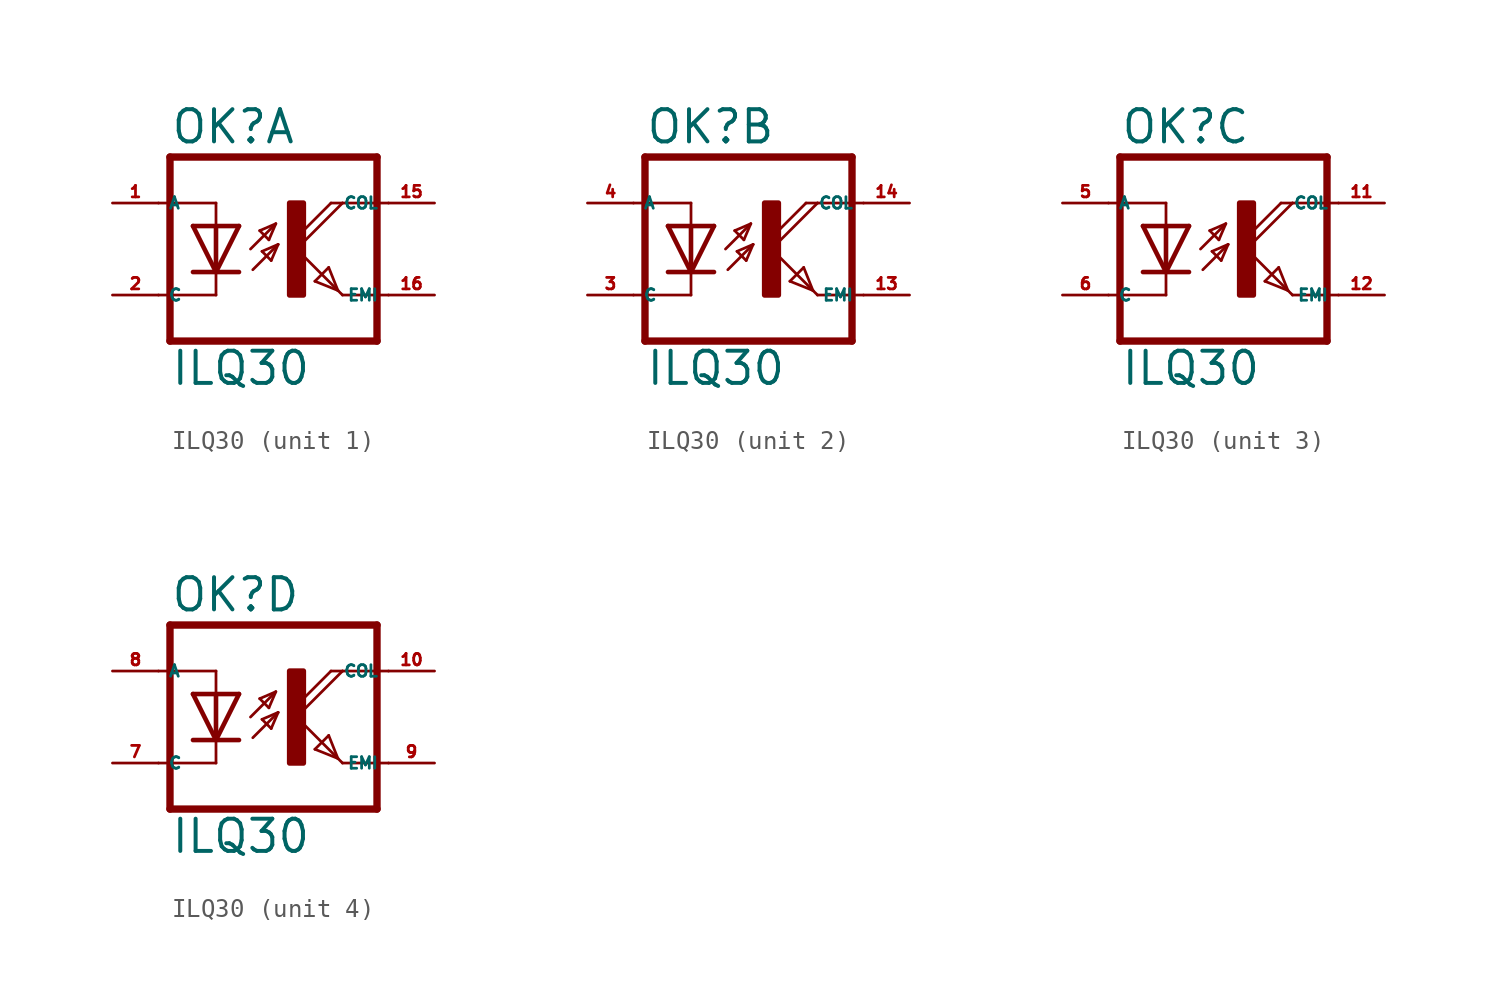
<source format=kicad_sym>
(kicad_symbol_lib
  (version 20220914)
  (generator kicad_symbol_editor)
  (symbol "ILQ30"
    (property "Reference" "OK"
      (at -6.985 5.715 0)
      (effects (font (size 1.778 1.778) (thickness 0.22)) (justify left bottom)))
    (property "Value" "ILQ30"
      (at -6.985 -7.62 0)
      (effects (font (size 1.778 1.778) (thickness 0.22)) (justify left bottom)))
    (symbol "ILQ30_1_0"
      (rectangle (start -0.381 -2.54) (end 0.381 2.54) (stroke (width 0.3) (type default)) (fill (type outline)))
      (polyline (pts (xy -6.985 -5.08) (xy 4.445 -5.08)) (stroke (width 0.406) (type default)) (fill (type none)))
      (polyline (pts (xy -6.985 5.08) (xy -6.985 -5.08)) (stroke (width 0.406) (type default)) (fill (type none)))
      (polyline (pts (xy -6.985 5.08) (xy 4.445 5.08)) (stroke (width 0.406) (type default)) (fill (type none)))
      (polyline (pts (xy -4.445 -2.54) (xy -7.62 -2.54)) (stroke (width 0.152) (type default)) (fill (type none)))
      (polyline (pts (xy -4.445 -1.27) (xy -5.715 -1.27)) (stroke (width 0.254) (type default)) (fill (type none)))
      (polyline (pts (xy -4.445 -1.27) (xy -5.715 1.27)) (stroke (width 0.254) (type default)) (fill (type none)))
      (polyline (pts (xy -4.445 -1.27) (xy -4.445 -2.54)) (stroke (width 0.152) (type default)) (fill (type none)))
      (polyline (pts (xy -4.445 1.27) (xy -5.715 1.27)) (stroke (width 0.254) (type default)) (fill (type none)))
      (polyline (pts (xy -4.445 1.27) (xy -4.445 -1.27)) (stroke (width 0.254) (type default)) (fill (type none)))
      (polyline (pts (xy -4.445 1.27) (xy -4.445 2.54)) (stroke (width 0.152) (type default)) (fill (type none)))
      (polyline (pts (xy -4.445 2.54) (xy -7.62 2.54)) (stroke (width 0.152) (type default)) (fill (type none)))
      (polyline (pts (xy -3.175 -1.27) (xy -4.445 -1.27)) (stroke (width 0.254) (type default)) (fill (type none)))
      (polyline (pts (xy -3.175 1.27) (xy -4.445 -1.27)) (stroke (width 0.254) (type default)) (fill (type none)))
      (polyline (pts (xy -3.175 1.27) (xy -4.445 1.27)) (stroke (width 0.254) (type default)) (fill (type none)))
      (polyline (pts (xy -2.54 0) (xy -1.143 1.397)) (stroke (width 0.152) (type default)) (fill (type none)))
      (polyline (pts (xy -2.413 -1.143) (xy -1.016 0.254)) (stroke (width 0.152) (type default)) (fill (type none)))
      (polyline (pts (xy -2.032 1.016) (xy -1.524 0.508)) (stroke (width 0.152) (type default)) (fill (type none)))
      (polyline (pts (xy -1.905 -0.127) (xy -1.397 -0.635)) (stroke (width 0.152) (type default)) (fill (type none)))
      (polyline (pts (xy -1.524 0.508) (xy -1.143 1.397)) (stroke (width 0.152) (type default)) (fill (type none)))
      (polyline (pts (xy -1.397 -0.635) (xy -1.016 0.254)) (stroke (width 0.152) (type default)) (fill (type none)))
      (polyline (pts (xy -1.143 1.397) (xy -2.032 1.016)) (stroke (width 0.152) (type default)) (fill (type none)))
      (polyline (pts (xy -1.016 0.254) (xy -1.905 -0.127)) (stroke (width 0.152) (type default)) (fill (type none)))
      (polyline (pts (xy 0 0) (xy 2.286 -2.286)) (stroke (width 0.152) (type default)) (fill (type none)))
      (polyline (pts (xy 1.016 -1.778) (xy 1.778 -1.016)) (stroke (width 0.152) (type default)) (fill (type none)))
      (polyline (pts (xy 1.778 -1.016) (xy 2.286 -2.286)) (stroke (width 0.152) (type default)) (fill (type none)))
      (polyline (pts (xy 1.905 2.54) (xy 0 0.635)) (stroke (width 0.152) (type default)) (fill (type none)))
      (polyline (pts (xy 1.905 2.54) (xy 2.54 2.54)) (stroke (width 0.152) (type default)) (fill (type none)))
      (polyline (pts (xy 2.286 -2.286) (xy 1.016 -1.778)) (stroke (width 0.152) (type default)) (fill (type none)))
      (polyline (pts (xy 2.286 -2.286) (xy 2.54 -2.54)) (stroke (width 0.152) (type default)) (fill (type none)))
      (polyline (pts (xy 2.54 -2.54) (xy 5.08 -2.54)) (stroke (width 0.152) (type default)) (fill (type none)))
      (polyline (pts (xy 2.54 2.54) (xy 0 0)) (stroke (width 0.152) (type default)) (fill (type none)))
      (polyline (pts (xy 2.54 2.54) (xy 5.08 2.54)) (stroke (width 0.152) (type default)) (fill (type none)))
      (polyline (pts (xy 4.445 5.08) (xy 4.445 -5.08)) (stroke (width 0.406) (type default)) (fill (type none)))
      (pin passive line (at -10.16 2.54 0) (length 2.54) (name "A" (effects (font (size 0.635 0.635)))) (number "1" (effects (font (size 0.635 0.635)))))
      (pin passive line (at 7.62 2.54 180) (length 2.54) (name "COL" (effects (font (size 0.635 0.635)))) (number "15" (effects (font (size 0.635 0.635)))))
      (pin passive line (at 7.62 -2.54 180) (length 2.54) (name "EMI" (effects (font (size 0.635 0.635)))) (number "16" (effects (font (size 0.635 0.635)))))
      (pin passive line (at -10.16 -2.54 0) (length 2.54) (name "C" (effects (font (size 0.635 0.635)))) (number "2" (effects (font (size 0.635 0.635))))))
    (symbol "ILQ30_2_0"
      (rectangle (start -0.381 -2.54) (end 0.381 2.54) (stroke (width 0.3) (type default)) (fill (type outline)))
      (polyline (pts (xy -6.985 -5.08) (xy 4.445 -5.08)) (stroke (width 0.406) (type default)) (fill (type none)))
      (polyline (pts (xy -6.985 5.08) (xy -6.985 -5.08)) (stroke (width 0.406) (type default)) (fill (type none)))
      (polyline (pts (xy -6.985 5.08) (xy 4.445 5.08)) (stroke (width 0.406) (type default)) (fill (type none)))
      (polyline (pts (xy -4.445 -2.54) (xy -7.62 -2.54)) (stroke (width 0.152) (type default)) (fill (type none)))
      (polyline (pts (xy -4.445 -1.27) (xy -5.715 -1.27)) (stroke (width 0.254) (type default)) (fill (type none)))
      (polyline (pts (xy -4.445 -1.27) (xy -5.715 1.27)) (stroke (width 0.254) (type default)) (fill (type none)))
      (polyline (pts (xy -4.445 -1.27) (xy -4.445 -2.54)) (stroke (width 0.152) (type default)) (fill (type none)))
      (polyline (pts (xy -4.445 1.27) (xy -5.715 1.27)) (stroke (width 0.254) (type default)) (fill (type none)))
      (polyline (pts (xy -4.445 1.27) (xy -4.445 -1.27)) (stroke (width 0.254) (type default)) (fill (type none)))
      (polyline (pts (xy -4.445 1.27) (xy -4.445 2.54)) (stroke (width 0.152) (type default)) (fill (type none)))
      (polyline (pts (xy -4.445 2.54) (xy -7.62 2.54)) (stroke (width 0.152) (type default)) (fill (type none)))
      (polyline (pts (xy -3.175 -1.27) (xy -4.445 -1.27)) (stroke (width 0.254) (type default)) (fill (type none)))
      (polyline (pts (xy -3.175 1.27) (xy -4.445 -1.27)) (stroke (width 0.254) (type default)) (fill (type none)))
      (polyline (pts (xy -3.175 1.27) (xy -4.445 1.27)) (stroke (width 0.254) (type default)) (fill (type none)))
      (polyline (pts (xy -2.54 0) (xy -1.143 1.397)) (stroke (width 0.152) (type default)) (fill (type none)))
      (polyline (pts (xy -2.413 -1.143) (xy -1.016 0.254)) (stroke (width 0.152) (type default)) (fill (type none)))
      (polyline (pts (xy -2.032 1.016) (xy -1.524 0.508)) (stroke (width 0.152) (type default)) (fill (type none)))
      (polyline (pts (xy -1.905 -0.127) (xy -1.397 -0.635)) (stroke (width 0.152) (type default)) (fill (type none)))
      (polyline (pts (xy -1.524 0.508) (xy -1.143 1.397)) (stroke (width 0.152) (type default)) (fill (type none)))
      (polyline (pts (xy -1.397 -0.635) (xy -1.016 0.254)) (stroke (width 0.152) (type default)) (fill (type none)))
      (polyline (pts (xy -1.143 1.397) (xy -2.032 1.016)) (stroke (width 0.152) (type default)) (fill (type none)))
      (polyline (pts (xy -1.016 0.254) (xy -1.905 -0.127)) (stroke (width 0.152) (type default)) (fill (type none)))
      (polyline (pts (xy 0 0) (xy 2.286 -2.286)) (stroke (width 0.152) (type default)) (fill (type none)))
      (polyline (pts (xy 1.016 -1.778) (xy 1.778 -1.016)) (stroke (width 0.152) (type default)) (fill (type none)))
      (polyline (pts (xy 1.778 -1.016) (xy 2.286 -2.286)) (stroke (width 0.152) (type default)) (fill (type none)))
      (polyline (pts (xy 1.905 2.54) (xy 0 0.635)) (stroke (width 0.152) (type default)) (fill (type none)))
      (polyline (pts (xy 1.905 2.54) (xy 2.54 2.54)) (stroke (width 0.152) (type default)) (fill (type none)))
      (polyline (pts (xy 2.286 -2.286) (xy 1.016 -1.778)) (stroke (width 0.152) (type default)) (fill (type none)))
      (polyline (pts (xy 2.286 -2.286) (xy 2.54 -2.54)) (stroke (width 0.152) (type default)) (fill (type none)))
      (polyline (pts (xy 2.54 -2.54) (xy 5.08 -2.54)) (stroke (width 0.152) (type default)) (fill (type none)))
      (polyline (pts (xy 2.54 2.54) (xy 0 0)) (stroke (width 0.152) (type default)) (fill (type none)))
      (polyline (pts (xy 2.54 2.54) (xy 5.08 2.54)) (stroke (width 0.152) (type default)) (fill (type none)))
      (polyline (pts (xy 4.445 5.08) (xy 4.445 -5.08)) (stroke (width 0.406) (type default)) (fill (type none)))
      (pin passive line (at 7.62 -2.54 180) (length 2.54) (name "EMI" (effects (font (size 0.635 0.635)))) (number "13" (effects (font (size 0.635 0.635)))))
      (pin passive line (at 7.62 2.54 180) (length 2.54) (name "COL" (effects (font (size 0.635 0.635)))) (number "14" (effects (font (size 0.635 0.635)))))
      (pin passive line (at -10.16 -2.54 0) (length 2.54) (name "C" (effects (font (size 0.635 0.635)))) (number "3" (effects (font (size 0.635 0.635)))))
      (pin passive line (at -10.16 2.54 0) (length 2.54) (name "A" (effects (font (size 0.635 0.635)))) (number "4" (effects (font (size 0.635 0.635))))))
    (symbol "ILQ30_3_0"
      (rectangle (start -0.381 -2.54) (end 0.381 2.54) (stroke (width 0.3) (type default)) (fill (type outline)))
      (polyline (pts (xy -6.985 -5.08) (xy 4.445 -5.08)) (stroke (width 0.406) (type default)) (fill (type none)))
      (polyline (pts (xy -6.985 5.08) (xy -6.985 -5.08)) (stroke (width 0.406) (type default)) (fill (type none)))
      (polyline (pts (xy -6.985 5.08) (xy 4.445 5.08)) (stroke (width 0.406) (type default)) (fill (type none)))
      (polyline (pts (xy -4.445 -2.54) (xy -7.62 -2.54)) (stroke (width 0.152) (type default)) (fill (type none)))
      (polyline (pts (xy -4.445 -1.27) (xy -5.715 -1.27)) (stroke (width 0.254) (type default)) (fill (type none)))
      (polyline (pts (xy -4.445 -1.27) (xy -5.715 1.27)) (stroke (width 0.254) (type default)) (fill (type none)))
      (polyline (pts (xy -4.445 -1.27) (xy -4.445 -2.54)) (stroke (width 0.152) (type default)) (fill (type none)))
      (polyline (pts (xy -4.445 1.27) (xy -5.715 1.27)) (stroke (width 0.254) (type default)) (fill (type none)))
      (polyline (pts (xy -4.445 1.27) (xy -4.445 -1.27)) (stroke (width 0.254) (type default)) (fill (type none)))
      (polyline (pts (xy -4.445 1.27) (xy -4.445 2.54)) (stroke (width 0.152) (type default)) (fill (type none)))
      (polyline (pts (xy -4.445 2.54) (xy -7.62 2.54)) (stroke (width 0.152) (type default)) (fill (type none)))
      (polyline (pts (xy -3.175 -1.27) (xy -4.445 -1.27)) (stroke (width 0.254) (type default)) (fill (type none)))
      (polyline (pts (xy -3.175 1.27) (xy -4.445 -1.27)) (stroke (width 0.254) (type default)) (fill (type none)))
      (polyline (pts (xy -3.175 1.27) (xy -4.445 1.27)) (stroke (width 0.254) (type default)) (fill (type none)))
      (polyline (pts (xy -2.54 0) (xy -1.143 1.397)) (stroke (width 0.152) (type default)) (fill (type none)))
      (polyline (pts (xy -2.413 -1.143) (xy -1.016 0.254)) (stroke (width 0.152) (type default)) (fill (type none)))
      (polyline (pts (xy -2.032 1.016) (xy -1.524 0.508)) (stroke (width 0.152) (type default)) (fill (type none)))
      (polyline (pts (xy -1.905 -0.127) (xy -1.397 -0.635)) (stroke (width 0.152) (type default)) (fill (type none)))
      (polyline (pts (xy -1.524 0.508) (xy -1.143 1.397)) (stroke (width 0.152) (type default)) (fill (type none)))
      (polyline (pts (xy -1.397 -0.635) (xy -1.016 0.254)) (stroke (width 0.152) (type default)) (fill (type none)))
      (polyline (pts (xy -1.143 1.397) (xy -2.032 1.016)) (stroke (width 0.152) (type default)) (fill (type none)))
      (polyline (pts (xy -1.016 0.254) (xy -1.905 -0.127)) (stroke (width 0.152) (type default)) (fill (type none)))
      (polyline (pts (xy 0 0) (xy 2.286 -2.286)) (stroke (width 0.152) (type default)) (fill (type none)))
      (polyline (pts (xy 1.016 -1.778) (xy 1.778 -1.016)) (stroke (width 0.152) (type default)) (fill (type none)))
      (polyline (pts (xy 1.778 -1.016) (xy 2.286 -2.286)) (stroke (width 0.152) (type default)) (fill (type none)))
      (polyline (pts (xy 1.905 2.54) (xy 0 0.635)) (stroke (width 0.152) (type default)) (fill (type none)))
      (polyline (pts (xy 1.905 2.54) (xy 2.54 2.54)) (stroke (width 0.152) (type default)) (fill (type none)))
      (polyline (pts (xy 2.286 -2.286) (xy 1.016 -1.778)) (stroke (width 0.152) (type default)) (fill (type none)))
      (polyline (pts (xy 2.286 -2.286) (xy 2.54 -2.54)) (stroke (width 0.152) (type default)) (fill (type none)))
      (polyline (pts (xy 2.54 -2.54) (xy 5.08 -2.54)) (stroke (width 0.152) (type default)) (fill (type none)))
      (polyline (pts (xy 2.54 2.54) (xy 0 0)) (stroke (width 0.152) (type default)) (fill (type none)))
      (polyline (pts (xy 2.54 2.54) (xy 5.08 2.54)) (stroke (width 0.152) (type default)) (fill (type none)))
      (polyline (pts (xy 4.445 5.08) (xy 4.445 -5.08)) (stroke (width 0.406) (type default)) (fill (type none)))
      (pin passive line (at 7.62 2.54 180) (length 2.54) (name "COL" (effects (font (size 0.635 0.635)))) (number "11" (effects (font (size 0.635 0.635)))))
      (pin passive line (at 7.62 -2.54 180) (length 2.54) (name "EMI" (effects (font (size 0.635 0.635)))) (number "12" (effects (font (size 0.635 0.635)))))
      (pin passive line (at -10.16 2.54 0) (length 2.54) (name "A" (effects (font (size 0.635 0.635)))) (number "5" (effects (font (size 0.635 0.635)))))
      (pin passive line (at -10.16 -2.54 0) (length 2.54) (name "C" (effects (font (size 0.635 0.635)))) (number "6" (effects (font (size 0.635 0.635))))))
    (symbol "ILQ30_4_0"
      (rectangle (start -0.381 -2.54) (end 0.381 2.54) (stroke (width 0.3) (type default)) (fill (type outline)))
      (polyline (pts (xy -6.985 -5.08) (xy 4.445 -5.08)) (stroke (width 0.406) (type default)) (fill (type none)))
      (polyline (pts (xy -6.985 5.08) (xy -6.985 -5.08)) (stroke (width 0.406) (type default)) (fill (type none)))
      (polyline (pts (xy -6.985 5.08) (xy 4.445 5.08)) (stroke (width 0.406) (type default)) (fill (type none)))
      (polyline (pts (xy -4.445 -2.54) (xy -7.62 -2.54)) (stroke (width 0.152) (type default)) (fill (type none)))
      (polyline (pts (xy -4.445 -1.27) (xy -5.715 -1.27)) (stroke (width 0.254) (type default)) (fill (type none)))
      (polyline (pts (xy -4.445 -1.27) (xy -5.715 1.27)) (stroke (width 0.254) (type default)) (fill (type none)))
      (polyline (pts (xy -4.445 -1.27) (xy -4.445 -2.54)) (stroke (width 0.152) (type default)) (fill (type none)))
      (polyline (pts (xy -4.445 1.27) (xy -5.715 1.27)) (stroke (width 0.254) (type default)) (fill (type none)))
      (polyline (pts (xy -4.445 1.27) (xy -4.445 -1.27)) (stroke (width 0.254) (type default)) (fill (type none)))
      (polyline (pts (xy -4.445 1.27) (xy -4.445 2.54)) (stroke (width 0.152) (type default)) (fill (type none)))
      (polyline (pts (xy -4.445 2.54) (xy -7.62 2.54)) (stroke (width 0.152) (type default)) (fill (type none)))
      (polyline (pts (xy -3.175 -1.27) (xy -4.445 -1.27)) (stroke (width 0.254) (type default)) (fill (type none)))
      (polyline (pts (xy -3.175 1.27) (xy -4.445 -1.27)) (stroke (width 0.254) (type default)) (fill (type none)))
      (polyline (pts (xy -3.175 1.27) (xy -4.445 1.27)) (stroke (width 0.254) (type default)) (fill (type none)))
      (polyline (pts (xy -2.54 0) (xy -1.143 1.397)) (stroke (width 0.152) (type default)) (fill (type none)))
      (polyline (pts (xy -2.413 -1.143) (xy -1.016 0.254)) (stroke (width 0.152) (type default)) (fill (type none)))
      (polyline (pts (xy -2.032 1.016) (xy -1.524 0.508)) (stroke (width 0.152) (type default)) (fill (type none)))
      (polyline (pts (xy -1.905 -0.127) (xy -1.397 -0.635)) (stroke (width 0.152) (type default)) (fill (type none)))
      (polyline (pts (xy -1.524 0.508) (xy -1.143 1.397)) (stroke (width 0.152) (type default)) (fill (type none)))
      (polyline (pts (xy -1.397 -0.635) (xy -1.016 0.254)) (stroke (width 0.152) (type default)) (fill (type none)))
      (polyline (pts (xy -1.143 1.397) (xy -2.032 1.016)) (stroke (width 0.152) (type default)) (fill (type none)))
      (polyline (pts (xy -1.016 0.254) (xy -1.905 -0.127)) (stroke (width 0.152) (type default)) (fill (type none)))
      (polyline (pts (xy 0 0) (xy 2.286 -2.286)) (stroke (width 0.152) (type default)) (fill (type none)))
      (polyline (pts (xy 1.016 -1.778) (xy 1.778 -1.016)) (stroke (width 0.152) (type default)) (fill (type none)))
      (polyline (pts (xy 1.778 -1.016) (xy 2.286 -2.286)) (stroke (width 0.152) (type default)) (fill (type none)))
      (polyline (pts (xy 1.905 2.54) (xy 0 0.635)) (stroke (width 0.152) (type default)) (fill (type none)))
      (polyline (pts (xy 1.905 2.54) (xy 2.54 2.54)) (stroke (width 0.152) (type default)) (fill (type none)))
      (polyline (pts (xy 2.286 -2.286) (xy 1.016 -1.778)) (stroke (width 0.152) (type default)) (fill (type none)))
      (polyline (pts (xy 2.286 -2.286) (xy 2.54 -2.54)) (stroke (width 0.152) (type default)) (fill (type none)))
      (polyline (pts (xy 2.54 -2.54) (xy 5.08 -2.54)) (stroke (width 0.152) (type default)) (fill (type none)))
      (polyline (pts (xy 2.54 2.54) (xy 0 0)) (stroke (width 0.152) (type default)) (fill (type none)))
      (polyline (pts (xy 2.54 2.54) (xy 5.08 2.54)) (stroke (width 0.152) (type default)) (fill (type none)))
      (polyline (pts (xy 4.445 5.08) (xy 4.445 -5.08)) (stroke (width 0.406) (type default)) (fill (type none)))
      (pin passive line (at 7.62 2.54 180) (length 2.54) (name "COL" (effects (font (size 0.635 0.635)))) (number "10" (effects (font (size 0.635 0.635)))))
      (pin passive line (at -10.16 -2.54 0) (length 2.54) (name "C" (effects (font (size 0.635 0.635)))) (number "7" (effects (font (size 0.635 0.635)))))
      (pin passive line (at -10.16 2.54 0) (length 2.54) (name "A" (effects (font (size 0.635 0.635)))) (number "8" (effects (font (size 0.635 0.635)))))
      (pin passive line (at 7.62 -2.54 180) (length 2.54) (name "EMI" (effects (font (size 0.635 0.635)))) (number "9" (effects (font (size 0.635 0.635))))))))
</source>
